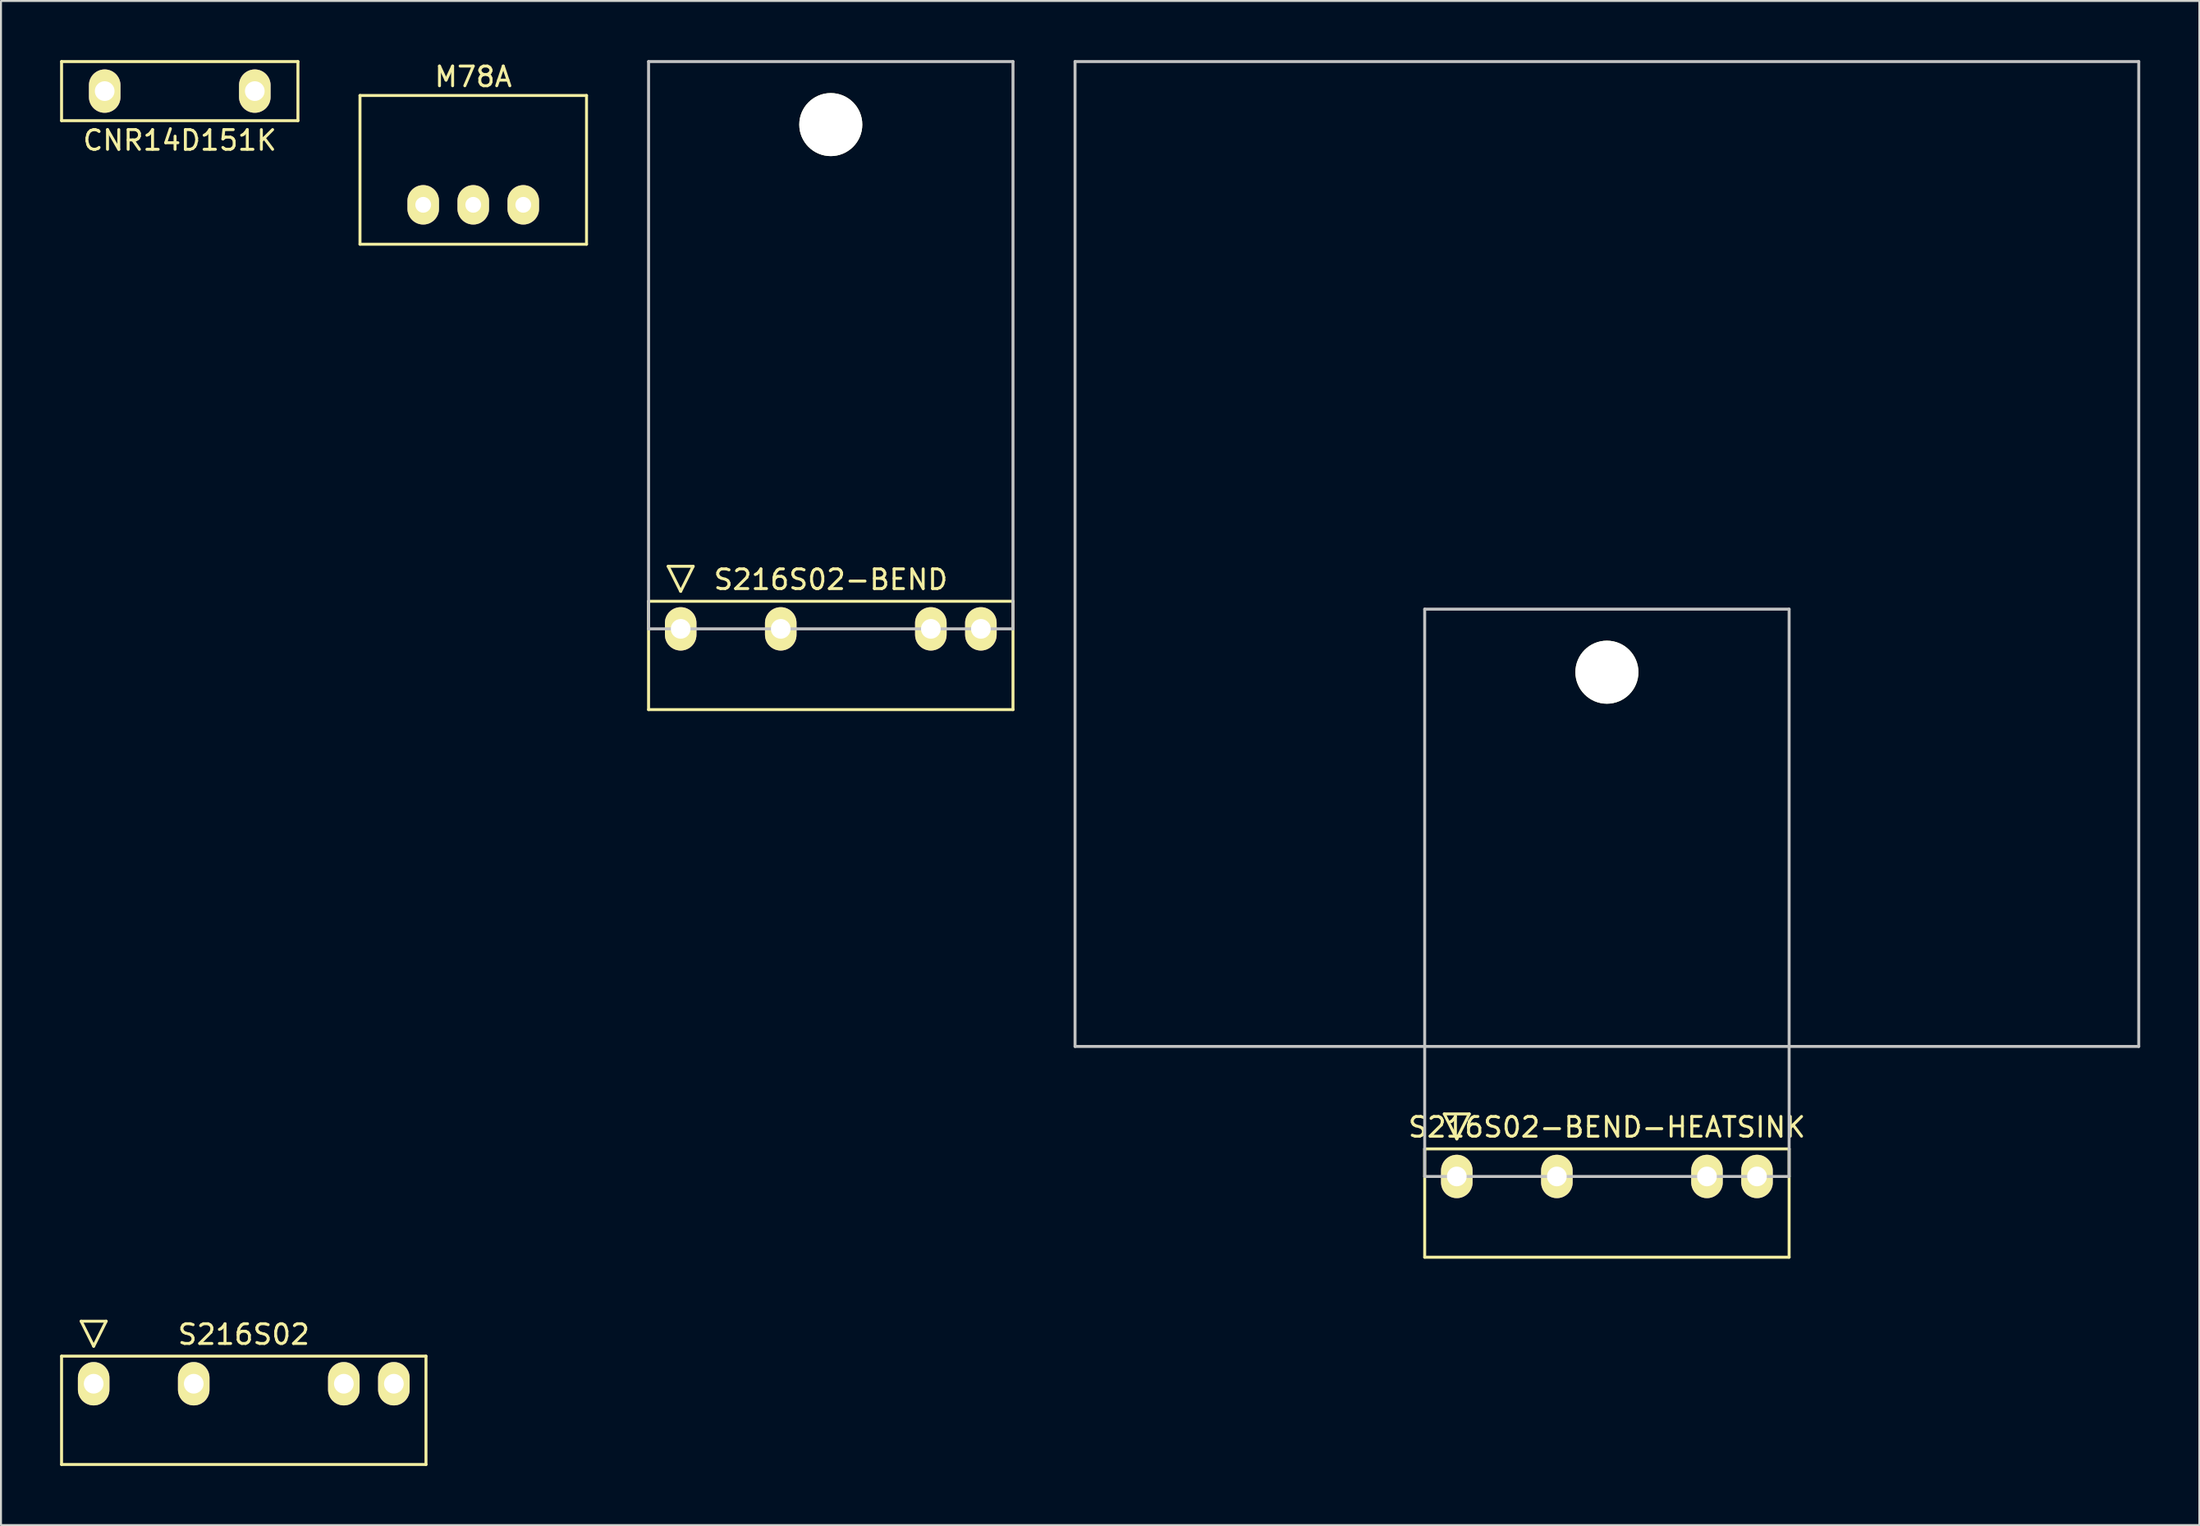
<source format=kicad_pcb>
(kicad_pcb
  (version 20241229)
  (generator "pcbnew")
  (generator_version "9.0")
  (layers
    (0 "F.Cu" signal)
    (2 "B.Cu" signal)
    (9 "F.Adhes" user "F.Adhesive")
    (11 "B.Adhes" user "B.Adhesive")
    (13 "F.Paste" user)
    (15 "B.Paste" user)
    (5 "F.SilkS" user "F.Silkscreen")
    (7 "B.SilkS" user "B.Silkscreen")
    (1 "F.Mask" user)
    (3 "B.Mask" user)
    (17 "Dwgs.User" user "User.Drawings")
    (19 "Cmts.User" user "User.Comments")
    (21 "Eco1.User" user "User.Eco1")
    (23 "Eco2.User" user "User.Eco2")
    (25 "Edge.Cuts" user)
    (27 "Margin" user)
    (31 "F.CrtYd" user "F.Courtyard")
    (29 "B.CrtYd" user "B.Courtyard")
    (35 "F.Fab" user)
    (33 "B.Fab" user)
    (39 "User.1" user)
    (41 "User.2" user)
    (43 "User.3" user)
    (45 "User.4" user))
  (footprint "S216S02-BEND"
    (layer "F.Cu")
    (at 39.125 28.875)
    (property "Reference" "S216S02-BEND" (at 0 -2.5 0) (layer "F.SilkS") (effects (font (size 1 1) (thickness 0.15))))
    (attr through_hole)
    (fp_line (start -9.25 -1.4) (end -9.25 4.1) (stroke (width 0.15) (type solid)) (layer "F.SilkS"))
    (fp_line (start -9.25 4.1) (end 9.25 4.1) (stroke (width 0.15) (type solid)) (layer "F.SilkS"))
    (fp_line (start -8.255 -3.175) (end -7.62 -1.905) (stroke (width 0.15) (type solid)) (layer "F.SilkS"))
    (fp_line (start -7.62 -1.905) (end -6.985 -3.175) (stroke (width 0.15) (type solid)) (layer "F.SilkS"))
    (fp_line (start -6.985 -3.175) (end -8.255 -3.175) (stroke (width 0.15) (type solid)) (layer "F.SilkS"))
    (fp_line (start 9.25 -1.4) (end -9.25 -1.4) (stroke (width 0.15) (type solid)) (layer "F.SilkS"))
    (fp_line (start 9.25 4.1) (end 9.25 -1.4) (stroke (width 0.15) (type solid)) (layer "F.SilkS"))
    (fp_line (start -9.25 -28.8) (end 9.25 -28.8) (stroke (width 0.15) (type solid)) (layer "Dwgs.User"))
    (fp_line (start -9.25 0) (end -9.25 -28.8) (stroke (width 0.15) (type solid)) (layer "Dwgs.User"))
    (fp_line (start -9.25 0) (end 9.25 0) (stroke (width 0.15) (type solid)) (layer "Dwgs.User"))
    (fp_line (start 9.25 0) (end 9.25 -28.8) (stroke (width 0.15) (type solid)) (layer "Dwgs.User"))
    (pad "" np_thru_hole circle (at 0 -25.6 90) (size 3.2 3.2) (drill 3.2) (layers "*.Cu" "*.Mask" "F.SilkS"))
    (pad "1" thru_hole oval (at -7.62 0) (size 1.6 2.2) (drill 1) (layers "*.Cu" "*.Mask" "F.SilkS"))
    (pad "2" thru_hole oval (at -2.54 0) (size 1.6 2.2) (drill 1) (layers "*.Cu" "*.Mask" "F.SilkS"))
    (pad "3" thru_hole oval (at 5.08 0) (size 1.6 2.2) (drill 1) (layers "*.Cu" "*.Mask" "F.SilkS"))
    (pad "4" thru_hole oval (at 7.62 0) (size 1.6 2.2) (drill 1) (layers "*.Cu" "*.Mask" "F.SilkS")))
  (footprint "M78A"
    (layer "F.Cu")
    (at 20.975 7.348)
    (property "Reference" "M78A" (at 0 -6.5 0) (layer "F.SilkS") (effects (font (size 1 1) (thickness 0.15))))
    (attr through_hole)
    (fp_line (start -5.75 -5.55) (end 5.75 -5.55) (stroke (width 0.15) (type solid)) (layer "F.SilkS"))
    (fp_line (start -5.75 2) (end -5.75 -5.55) (stroke (width 0.15) (type solid)) (layer "F.SilkS"))
    (fp_line (start 5.75 -5.55) (end 5.75 2) (stroke (width 0.15) (type solid)) (layer "F.SilkS"))
    (fp_line (start 5.75 2) (end -5.75 2) (stroke (width 0.15) (type solid)) (layer "F.SilkS"))
    (pad "GND" thru_hole oval (at 0 0) (size 1.6 2) (drill 0.8) (layers "*.Cu" "*.Mask" "F.SilkS"))
    (pad "VI" thru_hole oval (at -2.54 0) (size 1.6 2) (drill 0.8) (layers "*.Cu" "*.Mask" "F.SilkS"))
    (pad "VO" thru_hole oval (at 2.54 0) (size 1.6 2) (drill 0.8) (layers "*.Cu" "*.Mask" "F.SilkS")))
  (footprint "CNR14D151K"
    (layer "F.Cu")
    (at 6.075 1.575)
    (property "Reference" "CNR14D151K" (at 0 2.5 0) (layer "F.SilkS") (effects (font (size 1 1) (thickness 0.15))))
    (attr through_hole)
    (fp_line (start -6 -1.5) (end -6 1.5) (stroke (width 0.15) (type solid)) (layer "F.SilkS"))
    (fp_line (start -6 1.5) (end 6 1.5) (stroke (width 0.15) (type solid)) (layer "F.SilkS"))
    (fp_line (start 6 -1.5) (end -6 -1.5) (stroke (width 0.15) (type solid)) (layer "F.SilkS"))
    (fp_line (start 6 1.5) (end 6 -1.5) (stroke (width 0.15) (type solid)) (layer "F.SilkS"))
    (pad "1" thru_hole oval (at -3.81 0) (size 1.6 2.2) (drill 1) (layers "*.Cu" "*.Mask" "F.SilkS"))
    (pad "2" thru_hole oval (at 3.81 0) (size 1.6 2.2) (drill 1) (layers "*.Cu" "*.Mask" "F.SilkS")))
  (footprint "S216S02"
    (layer "F.Cu")
    (at 9.325 67.198)
    (property "Reference" "S216S02" (at 0 -2.5 0) (layer "F.SilkS") (effects (font (size 1 1) (thickness 0.15))))
    (attr through_hole)
    (fp_line (start -9.25 -1.4) (end -9.25 4.1) (stroke (width 0.15) (type solid)) (layer "F.SilkS"))
    (fp_line (start -9.25 4.1) (end 9.25 4.1) (stroke (width 0.15) (type solid)) (layer "F.SilkS"))
    (fp_line (start -8.255 -3.175) (end -7.62 -1.905) (stroke (width 0.15) (type solid)) (layer "F.SilkS"))
    (fp_line (start -7.62 -1.905) (end -6.985 -3.175) (stroke (width 0.15) (type solid)) (layer "F.SilkS"))
    (fp_line (start -6.985 -3.175) (end -8.255 -3.175) (stroke (width 0.15) (type solid)) (layer "F.SilkS"))
    (fp_line (start 9.25 -1.4) (end -9.25 -1.4) (stroke (width 0.15) (type solid)) (layer "F.SilkS"))
    (fp_line (start 9.25 4.1) (end 9.25 -1.4) (stroke (width 0.15) (type solid)) (layer "F.SilkS"))
    (pad "1" thru_hole oval (at -7.62 0) (size 1.6 2.2) (drill 1) (layers "*.Cu" "*.Mask" "F.SilkS"))
    (pad "2" thru_hole oval (at -2.54 0) (size 1.6 2.2) (drill 1) (layers "*.Cu" "*.Mask" "F.SilkS"))
    (pad "3" thru_hole oval (at 5.08 0) (size 1.6 2.2) (drill 1) (layers "*.Cu" "*.Mask" "F.SilkS"))
    (pad "4" thru_hole oval (at 7.62 0) (size 1.6 2.2) (drill 1) (layers "*.Cu" "*.Mask" "F.SilkS")))
  (footprint "S216S02-BEND-HEATSINK"
    (layer "F.Cu")
    (at 78.525 56.675)
    (property "Reference" "S216S02-BEND-HEATSINK" (at 0 -2.5 0) (layer "F.SilkS") (effects (font (size 1 1) (thickness 0.15))))
    (attr through_hole)
    (fp_line (start -9.25 -1.4) (end -9.25 4.1) (stroke (width 0.15) (type solid)) (layer "F.SilkS"))
    (fp_line (start -9.25 4.1) (end 9.25 4.1) (stroke (width 0.15) (type solid)) (layer "F.SilkS"))
    (fp_line (start -8.255 -3.175) (end -7.62 -1.905) (stroke (width 0.15) (type solid)) (layer "F.SilkS"))
    (fp_line (start -7.62 -1.905) (end -6.985 -3.175) (stroke (width 0.15) (type solid)) (layer "F.SilkS"))
    (fp_line (start -6.985 -3.175) (end -8.255 -3.175) (stroke (width 0.15) (type solid)) (layer "F.SilkS"))
    (fp_line (start 9.25 -1.4) (end -9.25 -1.4) (stroke (width 0.15) (type solid)) (layer "F.SilkS"))
    (fp_line (start 9.25 4.1) (end 9.25 -1.4) (stroke (width 0.15) (type solid)) (layer "F.SilkS"))
    (fp_line (start -27 -56.6) (end -27 -6.6) (stroke (width 0.15) (type solid)) (layer "Dwgs.User"))
    (fp_line (start -27 -56.6) (end 27 -56.6) (stroke (width 0.15) (type solid)) (layer "Dwgs.User"))
    (fp_line (start -27 -6.6) (end 27 -6.6) (stroke (width 0.15) (type solid)) (layer "Dwgs.User"))
    (fp_line (start -9.25 -28.8) (end 9.25 -28.8) (stroke (width 0.15) (type solid)) (layer "Dwgs.User"))
    (fp_line (start -9.25 0) (end -9.25 -28.8) (stroke (width 0.15) (type solid)) (layer "Dwgs.User"))
    (fp_line (start -9.25 0) (end 9.25 0) (stroke (width 0.15) (type solid)) (layer "Dwgs.User"))
    (fp_line (start 9.25 0) (end 9.25 -28.8) (stroke (width 0.15) (type solid)) (layer "Dwgs.User"))
    (fp_line (start 27 -56.6) (end 27 -6.6) (stroke (width 0.15) (type solid)) (layer "Dwgs.User"))
    (pad "" np_thru_hole circle (at 0 -25.6 90) (size 3.2 3.2) (drill 3.2) (layers "*.Cu" "*.Mask" "F.SilkS"))
    (pad "1" thru_hole oval (at -7.62 0) (size 1.6 2.2) (drill 1) (layers "*.Cu" "*.Mask" "F.SilkS"))
    (pad "2" thru_hole oval (at -2.54 0) (size 1.6 2.2) (drill 1) (layers "*.Cu" "*.Mask" "F.SilkS"))
    (pad "3" thru_hole oval (at 5.08 0) (size 1.6 2.2) (drill 1) (layers "*.Cu" "*.Mask" "F.SilkS"))
    (pad "4" thru_hole oval (at 7.62 0) (size 1.6 2.2) (drill 1) (layers "*.Cu" "*.Mask" "F.SilkS")))
  (gr_rect
    (start -3 -3)
    (end 108.6 74.373)
    (stroke (width 0.1) (type default))
    (fill no)
    (layer "Edge.Cuts")))
</source>
